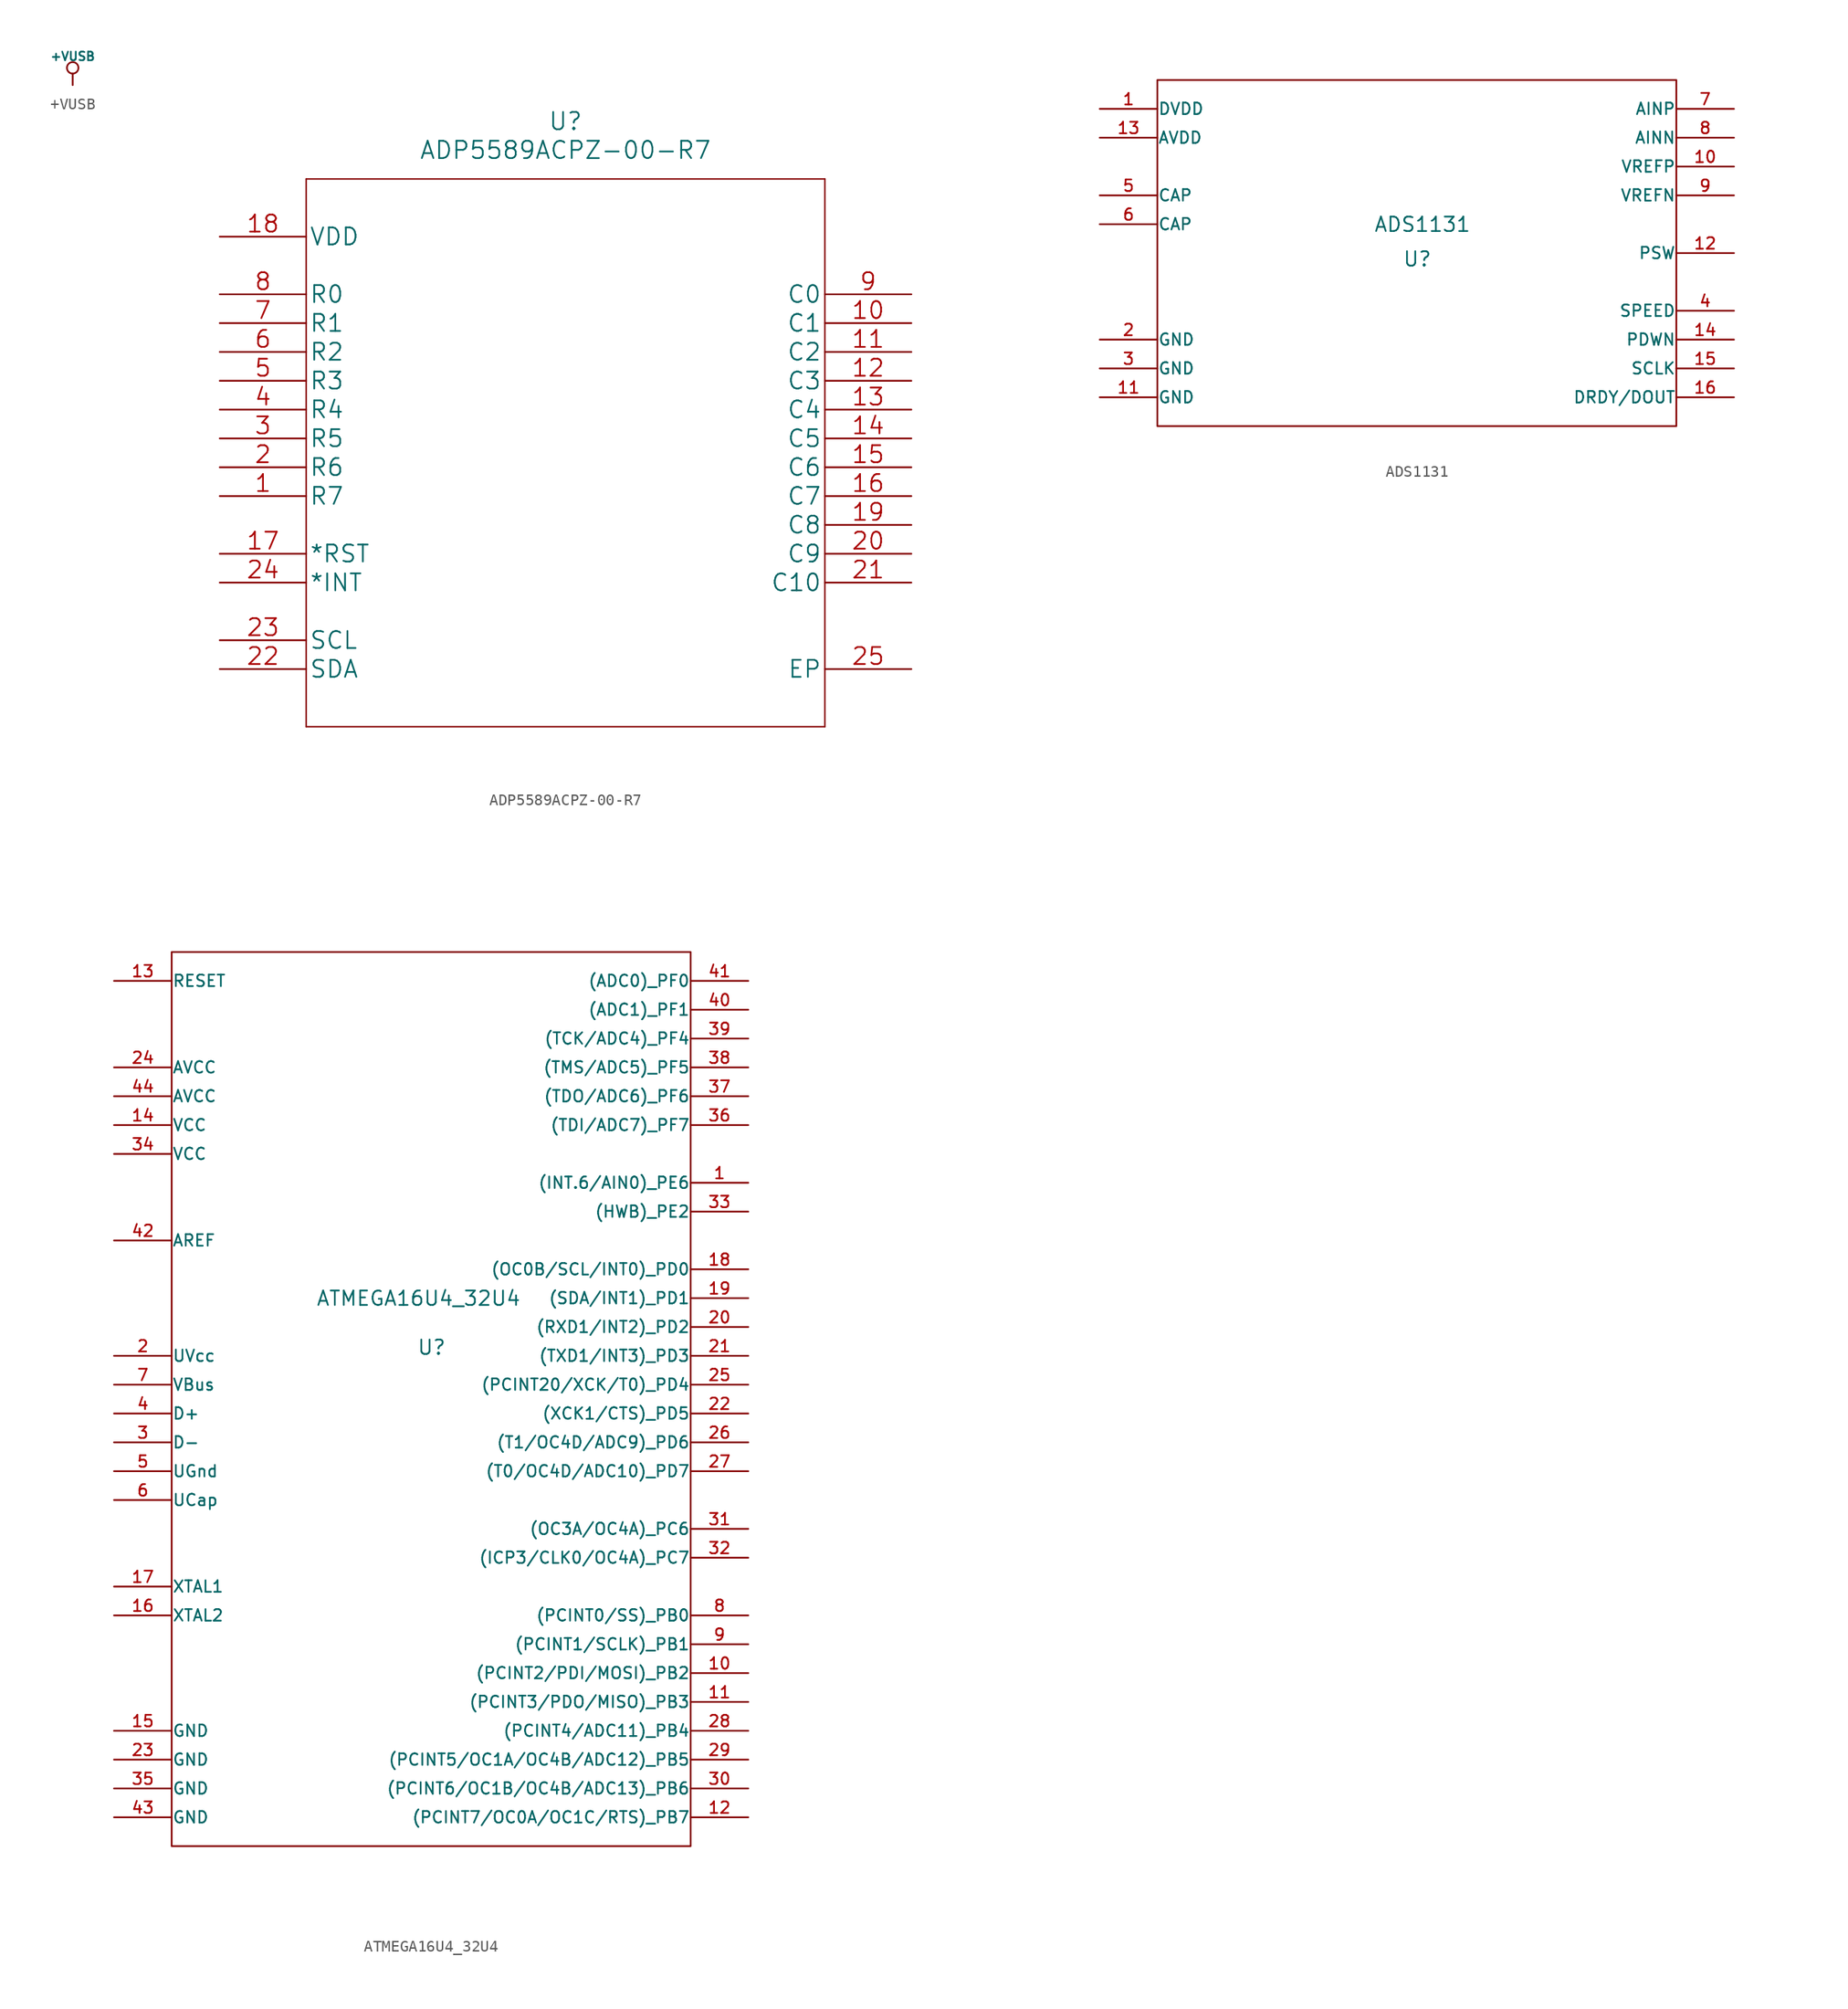
<source format=kicad_sym>
(kicad_symbol_lib
  (version 20211014)
  (generator kicad_symbol_editor)
  (symbol "+VUSB"
    (power)
    (pin_names
      (offset 0))
    (property "Reference" "#PWR"
      (at 0 -1.27 0)
      (effects (font (size 0.508 0.508)) hide))
    (property "Value" "+VUSB"
      (at 0 2.54 0)
      (effects (font (size 0.762 0.762))))
    (property "Footprint" ""
      (at 0 0 0)
      (effects (font (size 1.524 1.524))))
    (property "Datasheet" ""
      (at 0 0 0)
      (effects (font (size 1.524 1.524))))
    (symbol "+VUSB_0_0"
      (pin power_in line (at 0 0 90) (length 0) hide (name "+VUSB" (effects (font (size 0.508 0.508)))) (number "1" (effects (font (size 0.508 0.508))))))
    (symbol "+VUSB_0_1"
      (polyline (pts (xy 0 0) (xy 0 1.016) (xy 0 1.016)) (stroke (width 0) (type default) (color 0 0 0 0)) (fill (type none)))
      (circle (center 0 1.524) (radius 0.508) (stroke (width 0) (type default) (color 0 0 0 0)) (fill (type none)))))
  (symbol "ADP5589ACPZ-00-R7"
    (pin_names
      (offset 0.254))
    (property "Reference" "U"
      (at 30.48 10.16 0)
      (effects (font (size 1.524 1.524))))
    (property "Value" "ADP5589ACPZ-00-R7"
      (at 30.48 7.62 0)
      (effects (font (size 1.524 1.524))))
    (property "Datasheet" ""
      (at 0 0 0)
      (effects (font (size 1.524 1.524))))
    (symbol "ADP5589ACPZ-00-R7_1_1"
      (polyline (pts (xy 7.62 -43.18) (xy 53.34 -43.18)) (stroke (width 0.127) (type default) (color 0 0 0 0)) (fill (type none)))
      (polyline (pts (xy 7.62 5.08) (xy 7.62 -43.18)) (stroke (width 0.127) (type default) (color 0 0 0 0)) (fill (type none)))
      (polyline (pts (xy 53.34 -43.18) (xy 53.34 5.08)) (stroke (width 0.127) (type default) (color 0 0 0 0)) (fill (type none)))
      (polyline (pts (xy 53.34 5.08) (xy 7.62 5.08)) (stroke (width 0.127) (type default) (color 0 0 0 0)) (fill (type none)))
      (pin bidirectional line (at 0 -22.86 0) (length 7.62) (name "R7" (effects (font (size 1.499 1.499)))) (number "1" (effects (font (size 1.499 1.499)))))
      (pin bidirectional line (at 60.96 -7.62 180) (length 7.62) (name "C1" (effects (font (size 1.499 1.499)))) (number "10" (effects (font (size 1.499 1.499)))))
      (pin bidirectional line (at 60.96 -10.16 180) (length 7.62) (name "C2" (effects (font (size 1.499 1.499)))) (number "11" (effects (font (size 1.499 1.499)))))
      (pin bidirectional line (at 60.96 -12.7 180) (length 7.62) (name "C3" (effects (font (size 1.499 1.499)))) (number "12" (effects (font (size 1.499 1.499)))))
      (pin bidirectional line (at 60.96 -15.24 180) (length 7.62) (name "C4" (effects (font (size 1.499 1.499)))) (number "13" (effects (font (size 1.499 1.499)))))
      (pin bidirectional line (at 60.96 -17.78 180) (length 7.62) (name "C5" (effects (font (size 1.499 1.499)))) (number "14" (effects (font (size 1.499 1.499)))))
      (pin bidirectional line (at 60.96 -20.32 180) (length 7.62) (name "C6" (effects (font (size 1.499 1.499)))) (number "15" (effects (font (size 1.499 1.499)))))
      (pin bidirectional line (at 60.96 -22.86 180) (length 7.62) (name "C7" (effects (font (size 1.499 1.499)))) (number "16" (effects (font (size 1.499 1.499)))))
      (pin bidirectional line (at 0 -27.94 0) (length 7.62) (name "*RST" (effects (font (size 1.499 1.499)))) (number "17" (effects (font (size 1.499 1.499)))))
      (pin power_in line (at 0 0 0) (length 7.62) (name "VDD" (effects (font (size 1.499 1.499)))) (number "18" (effects (font (size 1.499 1.499)))))
      (pin bidirectional line (at 60.96 -25.4 180) (length 7.62) (name "C8" (effects (font (size 1.499 1.499)))) (number "19" (effects (font (size 1.499 1.499)))))
      (pin bidirectional line (at 0 -20.32 0) (length 7.62) (name "R6" (effects (font (size 1.499 1.499)))) (number "2" (effects (font (size 1.499 1.499)))))
      (pin bidirectional line (at 60.96 -27.94 180) (length 7.62) (name "C9" (effects (font (size 1.499 1.499)))) (number "20" (effects (font (size 1.499 1.499)))))
      (pin bidirectional line (at 60.96 -30.48 180) (length 7.62) (name "C10" (effects (font (size 1.499 1.499)))) (number "21" (effects (font (size 1.499 1.499)))))
      (pin bidirectional line (at 0 -38.1 0) (length 7.62) (name "SDA" (effects (font (size 1.499 1.499)))) (number "22" (effects (font (size 1.499 1.499)))))
      (pin bidirectional line (at 0 -35.56 0) (length 7.62) (name "SCL" (effects (font (size 1.499 1.499)))) (number "23" (effects (font (size 1.499 1.499)))))
      (pin bidirectional line (at 0 -30.48 0) (length 7.62) (name "*INT" (effects (font (size 1.499 1.499)))) (number "24" (effects (font (size 1.499 1.499)))))
      (pin power_in line (at 60.96 -38.1 180) (length 7.62) (name "EP" (effects (font (size 1.499 1.499)))) (number "25" (effects (font (size 1.499 1.499)))))
      (pin bidirectional line (at 0 -17.78 0) (length 7.62) (name "R5" (effects (font (size 1.499 1.499)))) (number "3" (effects (font (size 1.499 1.499)))))
      (pin bidirectional line (at 0 -15.24 0) (length 7.62) (name "R4" (effects (font (size 1.499 1.499)))) (number "4" (effects (font (size 1.499 1.499)))))
      (pin bidirectional line (at 0 -12.7 0) (length 7.62) (name "R3" (effects (font (size 1.499 1.499)))) (number "5" (effects (font (size 1.499 1.499)))))
      (pin bidirectional line (at 0 -10.16 0) (length 7.62) (name "R2" (effects (font (size 1.499 1.499)))) (number "6" (effects (font (size 1.499 1.499)))))
      (pin bidirectional line (at 0 -7.62 0) (length 7.62) (name "R1" (effects (font (size 1.499 1.499)))) (number "7" (effects (font (size 1.499 1.499)))))
      (pin bidirectional line (at 0 -5.08 0) (length 7.62) (name "R0" (effects (font (size 1.499 1.499)))) (number "8" (effects (font (size 1.499 1.499)))))
      (pin bidirectional line (at 60.96 -5.08 180) (length 7.62) (name "C0" (effects (font (size 1.499 1.499)))) (number "9" (effects (font (size 1.499 1.499)))))))
  (symbol "ADS1131"
    (pin_names
      (offset 0.025))
    (property "Reference" "U"
      (at -1.27 -1.27 0)
      (effects (font (size 1.27 1.27)) (justify left bottom)))
    (property "Value" "ADS1131"
      (at -3.81 1.778 0)
      (effects (font (size 1.27 1.27)) (justify left bottom)))
    (property "Footprint" ""
      (at 0 0 0)
      (effects (font (size 1.524 1.524))))
    (property "Datasheet" ""
      (at 0 0 0)
      (effects (font (size 1.524 1.524))))
    (symbol "ADS1131_0_1"
      (rectangle (start 22.86 -15.24) (end -22.86 15.24) (stroke (width 0) (type default) (color 0 0 0 0)) (fill (type none))))
    (symbol "ADS1131_1_1"
      (pin power_in line (at -27.94 12.7 0) (length 5.08) (name "DVDD" (effects (font (size 1.016 1.016)))) (number "1" (effects (font (size 1.016 1.016)))))
      (pin power_in line (at 27.94 7.62 180) (length 5.08) (name "VREFP" (effects (font (size 1.016 1.016)))) (number "10" (effects (font (size 1.016 1.016)))))
      (pin power_in line (at -27.94 -12.7 0) (length 5.08) (name "GND" (effects (font (size 1.016 1.016)))) (number "11" (effects (font (size 1.016 1.016)))))
      (pin bidirectional line (at 27.94 0 180) (length 5.08) (name "PSW" (effects (font (size 1.016 1.016)))) (number "12" (effects (font (size 1.016 1.016)))))
      (pin power_in line (at -27.94 10.16 0) (length 5.08) (name "AVDD" (effects (font (size 1.016 1.016)))) (number "13" (effects (font (size 1.016 1.016)))))
      (pin bidirectional line (at 27.94 -7.62 180) (length 5.08) (name "PDWN" (effects (font (size 1.016 1.016)))) (number "14" (effects (font (size 1.016 1.016)))))
      (pin bidirectional line (at 27.94 -10.16 180) (length 5.08) (name "SCLK" (effects (font (size 1.016 1.016)))) (number "15" (effects (font (size 1.016 1.016)))))
      (pin bidirectional line (at 27.94 -12.7 180) (length 5.08) (name "DRDY/DOUT" (effects (font (size 1.016 1.016)))) (number "16" (effects (font (size 1.016 1.016)))))
      (pin power_in line (at -27.94 -7.62 0) (length 5.08) (name "GND" (effects (font (size 1.016 1.016)))) (number "2" (effects (font (size 1.016 1.016)))))
      (pin power_in line (at -27.94 -10.16 0) (length 5.08) (name "GND" (effects (font (size 1.016 1.016)))) (number "3" (effects (font (size 1.016 1.016)))))
      (pin bidirectional line (at 27.94 -5.08 180) (length 5.08) (name "SPEED" (effects (font (size 1.016 1.016)))) (number "4" (effects (font (size 1.016 1.016)))))
      (pin bidirectional line (at -27.94 5.08 0) (length 5.08) (name "CAP" (effects (font (size 1.016 1.016)))) (number "5" (effects (font (size 1.016 1.016)))))
      (pin bidirectional line (at -27.94 2.54 0) (length 5.08) (name "CAP" (effects (font (size 1.016 1.016)))) (number "6" (effects (font (size 1.016 1.016)))))
      (pin bidirectional line (at 27.94 12.7 180) (length 5.08) (name "AINP" (effects (font (size 1.016 1.016)))) (number "7" (effects (font (size 1.016 1.016)))))
      (pin bidirectional line (at 27.94 10.16 180) (length 5.08) (name "AINN" (effects (font (size 1.016 1.016)))) (number "8" (effects (font (size 1.016 1.016)))))
      (pin bidirectional line (at 27.94 5.08 180) (length 5.08) (name "VREFN" (effects (font (size 1.016 1.016)))) (number "9" (effects (font (size 1.016 1.016)))))))
  (symbol "ATMEGA16U4_32U4"
    (pin_names
      (offset 0.025))
    (property "Reference" "U"
      (at -1.27 2.54 0)
      (effects (font (size 1.27 1.27)) (justify left bottom)))
    (property "Value" "ATMEGA16U4_32U4"
      (at -10.16 6.858 0)
      (effects (font (size 1.27 1.27)) (justify left bottom)))
    (property "Footprint" ""
      (at 0 0 0)
      (effects (font (size 1.524 1.524))))
    (property "Datasheet" ""
      (at 0 0 0)
      (effects (font (size 1.524 1.524))))
    (symbol "ATMEGA16U4_32U4_0_1"
      (rectangle (start 22.86 -40.64) (end -22.86 38.1) (stroke (width 0) (type default) (color 0 0 0 0)) (fill (type none))))
    (symbol "ATMEGA16U4_32U4_1_1"
      (pin bidirectional line (at 27.94 17.78 180) (length 5.08) (name "(INT.6/AIN0)_PE6" (effects (font (size 1.016 1.016)))) (number "1" (effects (font (size 1.016 1.016)))))
      (pin bidirectional line (at 27.94 -25.4 180) (length 5.08) (name "(PCINT2/PDI/MOSI)_PB2" (effects (font (size 1.016 1.016)))) (number "10" (effects (font (size 1.016 1.016)))))
      (pin bidirectional line (at 27.94 -27.94 180) (length 5.08) (name "(PCINT3/PDO/MISO)_PB3" (effects (font (size 1.016 1.016)))) (number "11" (effects (font (size 1.016 1.016)))))
      (pin bidirectional line (at 27.94 -38.1 180) (length 5.08) (name "(PCINT7/OC0A/OC1C/RTS)_PB7" (effects (font (size 1.016 1.016)))) (number "12" (effects (font (size 1.016 1.016)))))
      (pin bidirectional line (at -27.94 35.56 0) (length 5.08) (name "RESET" (effects (font (size 1.016 1.016)))) (number "13" (effects (font (size 1.016 1.016)))))
      (pin power_in line (at -27.94 22.86 0) (length 5.08) (name "VCC" (effects (font (size 1.016 1.016)))) (number "14" (effects (font (size 1.016 1.016)))))
      (pin power_in line (at -27.94 -30.48 0) (length 5.08) (name "GND" (effects (font (size 1.016 1.016)))) (number "15" (effects (font (size 1.016 1.016)))))
      (pin bidirectional line (at -27.94 -20.32 0) (length 5.08) (name "XTAL2" (effects (font (size 1.016 1.016)))) (number "16" (effects (font (size 1.016 1.016)))))
      (pin bidirectional line (at -27.94 -17.78 0) (length 5.08) (name "XTAL1" (effects (font (size 1.016 1.016)))) (number "17" (effects (font (size 1.016 1.016)))))
      (pin bidirectional line (at 27.94 10.16 180) (length 5.08) (name "(OC0B/SCL/INT0)_PD0" (effects (font (size 1.016 1.016)))) (number "18" (effects (font (size 1.016 1.016)))))
      (pin bidirectional line (at 27.94 7.62 180) (length 5.08) (name "(SDA/INT1)_PD1" (effects (font (size 1.016 1.016)))) (number "19" (effects (font (size 1.016 1.016)))))
      (pin bidirectional line (at -27.94 2.54 0) (length 5.08) (name "UVcc" (effects (font (size 1.016 1.016)))) (number "2" (effects (font (size 1.016 1.016)))))
      (pin bidirectional line (at 27.94 5.08 180) (length 5.08) (name "(RXD1/INT2)_PD2" (effects (font (size 1.016 1.016)))) (number "20" (effects (font (size 1.016 1.016)))))
      (pin bidirectional line (at 27.94 2.54 180) (length 5.08) (name "(TXD1/INT3)_PD3" (effects (font (size 1.016 1.016)))) (number "21" (effects (font (size 1.016 1.016)))))
      (pin bidirectional line (at 27.94 -2.54 180) (length 5.08) (name "(XCK1/CTS)_PD5" (effects (font (size 1.016 1.016)))) (number "22" (effects (font (size 1.016 1.016)))))
      (pin power_in line (at -27.94 -33.02 0) (length 5.08) (name "GND" (effects (font (size 1.016 1.016)))) (number "23" (effects (font (size 1.016 1.016)))))
      (pin bidirectional line (at -27.94 27.94 0) (length 5.08) (name "AVCC" (effects (font (size 1.016 1.016)))) (number "24" (effects (font (size 1.016 1.016)))))
      (pin bidirectional line (at 27.94 0 180) (length 5.08) (name "(PCINT20/XCK/T0)_PD4" (effects (font (size 1.016 1.016)))) (number "25" (effects (font (size 1.016 1.016)))))
      (pin bidirectional line (at 27.94 -5.08 180) (length 5.08) (name "(T1/OC4D/ADC9)_PD6" (effects (font (size 1.016 1.016)))) (number "26" (effects (font (size 1.016 1.016)))))
      (pin bidirectional line (at 27.94 -7.62 180) (length 5.08) (name "(T0/OC4D/ADC10)_PD7" (effects (font (size 1.016 1.016)))) (number "27" (effects (font (size 1.016 1.016)))))
      (pin bidirectional line (at 27.94 -30.48 180) (length 5.08) (name "(PCINT4/ADC11)_PB4" (effects (font (size 1.016 1.016)))) (number "28" (effects (font (size 1.016 1.016)))))
      (pin bidirectional line (at 27.94 -33.02 180) (length 5.08) (name "(PCINT5/OC1A/OC4B/ADC12)_PB5" (effects (font (size 1.016 1.016)))) (number "29" (effects (font (size 1.016 1.016)))))
      (pin bidirectional line (at -27.94 -5.08 0) (length 5.08) (name "D-" (effects (font (size 1.016 1.016)))) (number "3" (effects (font (size 1.016 1.016)))))
      (pin bidirectional line (at 27.94 -35.56 180) (length 5.08) (name "(PCINT6/OC1B/OC4B/ADC13)_PB6" (effects (font (size 1.016 1.016)))) (number "30" (effects (font (size 1.016 1.016)))))
      (pin bidirectional line (at 27.94 -12.7 180) (length 5.08) (name "(OC3A/OC4A)_PC6" (effects (font (size 1.016 1.016)))) (number "31" (effects (font (size 1.016 1.016)))))
      (pin bidirectional line (at 27.94 -15.24 180) (length 5.08) (name "(ICP3/CLK0/OC4A)_PC7" (effects (font (size 1.016 1.016)))) (number "32" (effects (font (size 1.016 1.016)))))
      (pin power_in line (at 27.94 15.24 180) (length 5.08) (name "(HWB)_PE2" (effects (font (size 1.016 1.016)))) (number "33" (effects (font (size 1.016 1.016)))))
      (pin power_in line (at -27.94 20.32 0) (length 5.08) (name "VCC" (effects (font (size 1.016 1.016)))) (number "34" (effects (font (size 1.016 1.016)))))
      (pin power_in line (at -27.94 -35.56 0) (length 5.08) (name "GND" (effects (font (size 1.016 1.016)))) (number "35" (effects (font (size 1.016 1.016)))))
      (pin bidirectional line (at 27.94 22.86 180) (length 5.08) (name "(TDI/ADC7)_PF7" (effects (font (size 1.016 1.016)))) (number "36" (effects (font (size 1.016 1.016)))))
      (pin bidirectional line (at 27.94 25.4 180) (length 5.08) (name "(TDO/ADC6)_PF6" (effects (font (size 1.016 1.016)))) (number "37" (effects (font (size 1.016 1.016)))))
      (pin bidirectional line (at 27.94 27.94 180) (length 5.08) (name "(TMS/ADC5)_PF5" (effects (font (size 1.016 1.016)))) (number "38" (effects (font (size 1.016 1.016)))))
      (pin bidirectional line (at 27.94 30.48 180) (length 5.08) (name "(TCK/ADC4)_PF4" (effects (font (size 1.016 1.016)))) (number "39" (effects (font (size 1.016 1.016)))))
      (pin bidirectional line (at -27.94 -2.54 0) (length 5.08) (name "D+" (effects (font (size 1.016 1.016)))) (number "4" (effects (font (size 1.016 1.016)))))
      (pin bidirectional line (at 27.94 33.02 180) (length 5.08) (name "(ADC1)_PF1" (effects (font (size 1.016 1.016)))) (number "40" (effects (font (size 1.016 1.016)))))
      (pin bidirectional line (at 27.94 35.56 180) (length 5.08) (name "(ADC0)_PF0" (effects (font (size 1.016 1.016)))) (number "41" (effects (font (size 1.016 1.016)))))
      (pin input line (at -27.94 12.7 0) (length 5.08) (name "AREF" (effects (font (size 1.016 1.016)))) (number "42" (effects (font (size 1.016 1.016)))))
      (pin power_in line (at -27.94 -38.1 0) (length 5.08) (name "GND" (effects (font (size 1.016 1.016)))) (number "43" (effects (font (size 1.016 1.016)))))
      (pin bidirectional line (at -27.94 25.4 0) (length 5.08) (name "AVCC" (effects (font (size 1.016 1.016)))) (number "44" (effects (font (size 1.016 1.016)))))
      (pin power_in line (at -27.94 -7.62 0) (length 5.08) (name "UGnd" (effects (font (size 1.016 1.016)))) (number "5" (effects (font (size 1.016 1.016)))))
      (pin power_in line (at -27.94 -10.16 0) (length 5.08) (name "UCap" (effects (font (size 1.016 1.016)))) (number "6" (effects (font (size 1.016 1.016)))))
      (pin power_in line (at -27.94 0 0) (length 5.08) (name "VBus" (effects (font (size 1.016 1.016)))) (number "7" (effects (font (size 1.016 1.016)))))
      (pin bidirectional line (at 27.94 -20.32 180) (length 5.08) (name "(PCINT0/SS)_PB0" (effects (font (size 1.016 1.016)))) (number "8" (effects (font (size 1.016 1.016)))))
      (pin bidirectional line (at 27.94 -22.86 180) (length 5.08) (name "(PCINT1/SCLK)_PB1" (effects (font (size 1.016 1.016)))) (number "9" (effects (font (size 1.016 1.016))))))))
</source>
